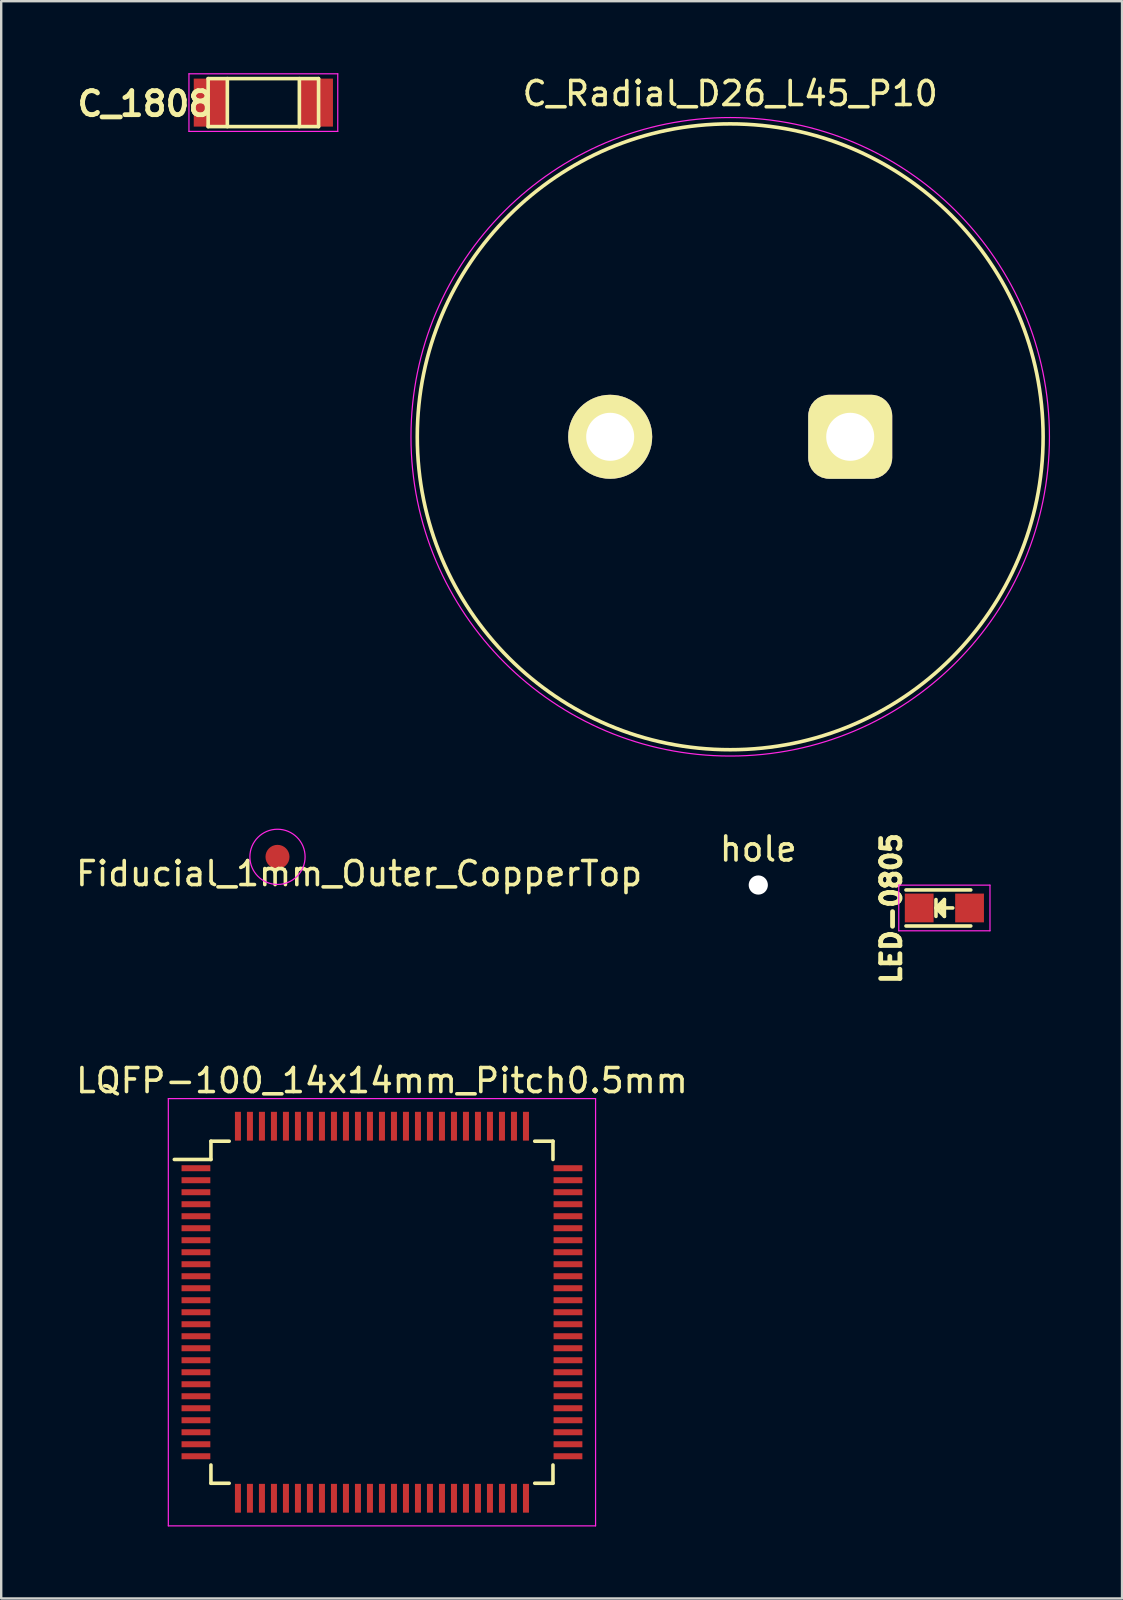
<source format=kicad_pcb>
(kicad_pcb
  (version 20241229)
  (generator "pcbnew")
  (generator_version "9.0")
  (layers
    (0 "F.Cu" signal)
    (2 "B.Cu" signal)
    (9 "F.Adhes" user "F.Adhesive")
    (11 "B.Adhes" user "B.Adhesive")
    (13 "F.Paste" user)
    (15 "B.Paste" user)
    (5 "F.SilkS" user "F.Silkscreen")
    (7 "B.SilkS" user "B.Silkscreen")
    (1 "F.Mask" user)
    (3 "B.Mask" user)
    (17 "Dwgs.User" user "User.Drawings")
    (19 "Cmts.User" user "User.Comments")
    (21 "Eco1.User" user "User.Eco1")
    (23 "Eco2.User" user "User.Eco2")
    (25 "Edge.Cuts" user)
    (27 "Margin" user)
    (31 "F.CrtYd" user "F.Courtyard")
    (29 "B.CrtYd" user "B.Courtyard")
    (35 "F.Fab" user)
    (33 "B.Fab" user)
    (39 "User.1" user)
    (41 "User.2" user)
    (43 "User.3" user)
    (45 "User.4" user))
  (footprint "C_1808"
    (layer "F.Cu")
    (at 7.922 1.225)
    (property "Reference" "C_1808" (at -4.936 0.05 0) (layer "F.SilkS") (effects (font (size 1 1) (thickness 0.2))))
    (attr smd)
    (fp_line (start -2.3 -1) (end -2.3 1) (stroke (width 0.15) (type solid)) (layer "F.SilkS"))
    (fp_line (start -2.3 1) (end 2.3 1) (stroke (width 0.15) (type solid)) (layer "F.SilkS"))
    (fp_line (start -1.5 -1) (end -1.5 1) (stroke (width 0.15) (type solid)) (layer "F.SilkS"))
    (fp_line (start 1.5 -1) (end 1.5 1) (stroke (width 0.15) (type solid)) (layer "F.SilkS"))
    (fp_line (start 2.3 -1) (end -2.3 -1) (stroke (width 0.15) (type solid)) (layer "F.SilkS"))
    (fp_line (start 2.3 1) (end 2.3 -1) (stroke (width 0.15) (type solid)) (layer "F.SilkS"))
    (fp_line (start -3.1 -1.2) (end -3.1 1.2) (stroke (width 0.05) (type solid)) (layer "F.CrtYd"))
    (fp_line (start -3.1 -1.2) (end 3.1 -1.2) (stroke (width 0.05) (type solid)) (layer "F.CrtYd"))
    (fp_line (start -3.1 1.2) (end 3.1 1.2) (stroke (width 0.05) (type solid)) (layer "F.CrtYd"))
    (fp_line (start 3.1 -1.2) (end 3.1 1.2) (stroke (width 0.05) (type solid)) (layer "F.CrtYd"))
    (pad "1" smd rect (at -2.2 0) (size 1.4 2) (layers "F.Cu" "F.Mask" "F.Paste"))
    (pad "2" smd rect (at 2.2 0) (size 1.4 2) (layers "F.Cu" "F.Mask" "F.Paste")))
  (footprint "LQFP-100_14x14mm_Pitch0.5mm"
    (layer "F.Cu")
    (at 12.863 51.621)
    (property "Reference" "LQFP-100_14x14mm_Pitch0.5mm" (at 0 -9.65 0) (layer "F.SilkS") (effects (font (size 1 1) (thickness 0.15))))
    (attr smd)
    (fp_line (start -7.125 -7.125) (end -7.125 -6.365) (stroke (width 0.15) (type solid)) (layer "F.SilkS"))
    (fp_line (start -7.125 -7.125) (end -6.365 -7.125) (stroke (width 0.15) (type solid)) (layer "F.SilkS"))
    (fp_line (start -7.125 -6.365) (end -8.65 -6.365) (stroke (width 0.15) (type solid)) (layer "F.SilkS"))
    (fp_line (start -7.125 7.125) (end -7.125 6.365) (stroke (width 0.15) (type solid)) (layer "F.SilkS"))
    (fp_line (start -7.125 7.125) (end -6.365 7.125) (stroke (width 0.15) (type solid)) (layer "F.SilkS"))
    (fp_line (start 7.125 -7.125) (end 6.365 -7.125) (stroke (width 0.15) (type solid)) (layer "F.SilkS"))
    (fp_line (start 7.125 -7.125) (end 7.125 -6.365) (stroke (width 0.15) (type solid)) (layer "F.SilkS"))
    (fp_line (start 7.125 7.125) (end 6.365 7.125) (stroke (width 0.15) (type solid)) (layer "F.SilkS"))
    (fp_line (start 7.125 7.125) (end 7.125 6.365) (stroke (width 0.15) (type solid)) (layer "F.SilkS"))
    (fp_line (start -8.9 -8.9) (end -8.9 8.9) (stroke (width 0.05) (type solid)) (layer "F.CrtYd"))
    (fp_line (start -8.9 -8.9) (end 8.9 -8.9) (stroke (width 0.05) (type solid)) (layer "F.CrtYd"))
    (fp_line (start -8.9 8.9) (end 8.9 8.9) (stroke (width 0.05) (type solid)) (layer "F.CrtYd"))
    (fp_line (start 8.9 -8.9) (end 8.9 8.9) (stroke (width 0.05) (type solid)) (layer "F.CrtYd"))
    (pad "1" smd rect (at -7.75 -6) (size 1.2 0.25) (layers "F.Cu" "F.Mask" "F.Paste"))
    (pad "2" smd rect (at -7.75 -5.5) (size 1.2 0.25) (layers "F.Cu" "F.Mask" "F.Paste"))
    (pad "3" smd rect (at -7.75 -5) (size 1.2 0.25) (layers "F.Cu" "F.Mask" "F.Paste"))
    (pad "4" smd rect (at -7.75 -4.5) (size 1.2 0.25) (layers "F.Cu" "F.Mask" "F.Paste"))
    (pad "5" smd rect (at -7.75 -4) (size 1.2 0.25) (layers "F.Cu" "F.Mask" "F.Paste"))
    (pad "6" smd rect (at -7.75 -3.5) (size 1.2 0.25) (layers "F.Cu" "F.Mask" "F.Paste"))
    (pad "7" smd rect (at -7.75 -3) (size 1.2 0.25) (layers "F.Cu" "F.Mask" "F.Paste"))
    (pad "8" smd rect (at -7.75 -2.5) (size 1.2 0.25) (layers "F.Cu" "F.Mask" "F.Paste"))
    (pad "9" smd rect (at -7.75 -2) (size 1.2 0.25) (layers "F.Cu" "F.Mask" "F.Paste"))
    (pad "10" smd rect (at -7.75 -1.5) (size 1.2 0.25) (layers "F.Cu" "F.Mask" "F.Paste"))
    (pad "11" smd rect (at -7.75 -1) (size 1.2 0.25) (layers "F.Cu" "F.Mask" "F.Paste"))
    (pad "12" smd rect (at -7.75 -0.5) (size 1.2 0.25) (layers "F.Cu" "F.Mask" "F.Paste"))
    (pad "13" smd rect (at -7.75 0) (size 1.2 0.25) (layers "F.Cu" "F.Mask" "F.Paste"))
    (pad "14" smd rect (at -7.75 0.5) (size 1.2 0.25) (layers "F.Cu" "F.Mask" "F.Paste"))
    (pad "15" smd rect (at -7.75 1) (size 1.2 0.25) (layers "F.Cu" "F.Mask" "F.Paste"))
    (pad "16" smd rect (at -7.75 1.5) (size 1.2 0.25) (layers "F.Cu" "F.Mask" "F.Paste"))
    (pad "17" smd rect (at -7.75 2) (size 1.2 0.25) (layers "F.Cu" "F.Mask" "F.Paste"))
    (pad "18" smd rect (at -7.75 2.5) (size 1.2 0.25) (layers "F.Cu" "F.Mask" "F.Paste"))
    (pad "19" smd rect (at -7.75 3) (size 1.2 0.25) (layers "F.Cu" "F.Mask" "F.Paste"))
    (pad "20" smd rect (at -7.75 3.5) (size 1.2 0.25) (layers "F.Cu" "F.Mask" "F.Paste"))
    (pad "21" smd rect (at -7.75 4) (size 1.2 0.25) (layers "F.Cu" "F.Mask" "F.Paste"))
    (pad "22" smd rect (at -7.75 4.5) (size 1.2 0.25) (layers "F.Cu" "F.Mask" "F.Paste"))
    (pad "23" smd rect (at -7.75 5) (size 1.2 0.25) (layers "F.Cu" "F.Mask" "F.Paste"))
    (pad "24" smd rect (at -7.75 5.5) (size 1.2 0.25) (layers "F.Cu" "F.Mask" "F.Paste"))
    (pad "25" smd rect (at -7.75 6) (size 1.2 0.25) (layers "F.Cu" "F.Mask" "F.Paste"))
    (pad "26" smd rect (at -6 7.75 90) (size 1.2 0.25) (layers "F.Cu" "F.Mask" "F.Paste"))
    (pad "27" smd rect (at -5.5 7.75 90) (size 1.2 0.25) (layers "F.Cu" "F.Mask" "F.Paste"))
    (pad "28" smd rect (at -5 7.75 90) (size 1.2 0.25) (layers "F.Cu" "F.Mask" "F.Paste"))
    (pad "29" smd rect (at -4.5 7.75 90) (size 1.2 0.25) (layers "F.Cu" "F.Mask" "F.Paste"))
    (pad "30" smd rect (at -4 7.75 90) (size 1.2 0.25) (layers "F.Cu" "F.Mask" "F.Paste"))
    (pad "31" smd rect (at -3.5 7.75 90) (size 1.2 0.25) (layers "F.Cu" "F.Mask" "F.Paste"))
    (pad "32" smd rect (at -3 7.75 90) (size 1.2 0.25) (layers "F.Cu" "F.Mask" "F.Paste"))
    (pad "33" smd rect (at -2.5 7.75 90) (size 1.2 0.25) (layers "F.Cu" "F.Mask" "F.Paste"))
    (pad "34" smd rect (at -2 7.75 90) (size 1.2 0.25) (layers "F.Cu" "F.Mask" "F.Paste"))
    (pad "35" smd rect (at -1.5 7.75 90) (size 1.2 0.25) (layers "F.Cu" "F.Mask" "F.Paste"))
    (pad "36" smd rect (at -1 7.75 90) (size 1.2 0.25) (layers "F.Cu" "F.Mask" "F.Paste"))
    (pad "37" smd rect (at -0.5 7.75 90) (size 1.2 0.25) (layers "F.Cu" "F.Mask" "F.Paste"))
    (pad "38" smd rect (at 0 7.75 90) (size 1.2 0.25) (layers "F.Cu" "F.Mask" "F.Paste"))
    (pad "39" smd rect (at 0.5 7.75 90) (size 1.2 0.25) (layers "F.Cu" "F.Mask" "F.Paste"))
    (pad "40" smd rect (at 1 7.75 90) (size 1.2 0.25) (layers "F.Cu" "F.Mask" "F.Paste"))
    (pad "41" smd rect (at 1.5 7.75 90) (size 1.2 0.25) (layers "F.Cu" "F.Mask" "F.Paste"))
    (pad "42" smd rect (at 2 7.75 90) (size 1.2 0.25) (layers "F.Cu" "F.Mask" "F.Paste"))
    (pad "43" smd rect (at 2.5 7.75 90) (size 1.2 0.25) (layers "F.Cu" "F.Mask" "F.Paste"))
    (pad "44" smd rect (at 3 7.75 90) (size 1.2 0.25) (layers "F.Cu" "F.Mask" "F.Paste"))
    (pad "45" smd rect (at 3.5 7.75 90) (size 1.2 0.25) (layers "F.Cu" "F.Mask" "F.Paste"))
    (pad "46" smd rect (at 4 7.75 90) (size 1.2 0.25) (layers "F.Cu" "F.Mask" "F.Paste"))
    (pad "47" smd rect (at 4.5 7.75 90) (size 1.2 0.25) (layers "F.Cu" "F.Mask" "F.Paste"))
    (pad "48" smd rect (at 5 7.75 90) (size 1.2 0.25) (layers "F.Cu" "F.Mask" "F.Paste"))
    (pad "49" smd rect (at 5.5 7.75 90) (size 1.2 0.25) (layers "F.Cu" "F.Mask" "F.Paste"))
    (pad "50" smd rect (at 6 7.75 90) (size 1.2 0.25) (layers "F.Cu" "F.Mask" "F.Paste"))
    (pad "51" smd rect (at 7.75 6 180) (size 1.2 0.25) (layers "F.Cu" "F.Mask" "F.Paste"))
    (pad "52" smd rect (at 7.75 5.5 180) (size 1.2 0.25) (layers "F.Cu" "F.Mask" "F.Paste"))
    (pad "53" smd rect (at 7.75 5 180) (size 1.2 0.25) (layers "F.Cu" "F.Mask" "F.Paste"))
    (pad "54" smd rect (at 7.75 4.5 180) (size 1.2 0.25) (layers "F.Cu" "F.Mask" "F.Paste"))
    (pad "55" smd rect (at 7.75 4 180) (size 1.2 0.25) (layers "F.Cu" "F.Mask" "F.Paste"))
    (pad "56" smd rect (at 7.75 3.5 180) (size 1.2 0.25) (layers "F.Cu" "F.Mask" "F.Paste"))
    (pad "57" smd rect (at 7.75 3 180) (size 1.2 0.25) (layers "F.Cu" "F.Mask" "F.Paste"))
    (pad "58" smd rect (at 7.75 2.5 180) (size 1.2 0.25) (layers "F.Cu" "F.Mask" "F.Paste"))
    (pad "59" smd rect (at 7.75 2 180) (size 1.2 0.25) (layers "F.Cu" "F.Mask" "F.Paste"))
    (pad "60" smd rect (at 7.75 1.5 180) (size 1.2 0.25) (layers "F.Cu" "F.Mask" "F.Paste"))
    (pad "61" smd rect (at 7.75 1 180) (size 1.2 0.25) (layers "F.Cu" "F.Mask" "F.Paste"))
    (pad "62" smd rect (at 7.75 0.5 180) (size 1.2 0.25) (layers "F.Cu" "F.Mask" "F.Paste"))
    (pad "63" smd rect (at 7.75 0 180) (size 1.2 0.25) (layers "F.Cu" "F.Mask" "F.Paste"))
    (pad "64" smd rect (at 7.75 -0.5 180) (size 1.2 0.25) (layers "F.Cu" "F.Mask" "F.Paste"))
    (pad "65" smd rect (at 7.75 -1 180) (size 1.2 0.25) (layers "F.Cu" "F.Mask" "F.Paste"))
    (pad "66" smd rect (at 7.75 -1.5 180) (size 1.2 0.25) (layers "F.Cu" "F.Mask" "F.Paste"))
    (pad "67" smd rect (at 7.75 -2 180) (size 1.2 0.25) (layers "F.Cu" "F.Mask" "F.Paste"))
    (pad "68" smd rect (at 7.75 -2.5 180) (size 1.2 0.25) (layers "F.Cu" "F.Mask" "F.Paste"))
    (pad "69" smd rect (at 7.75 -3 180) (size 1.2 0.25) (layers "F.Cu" "F.Mask" "F.Paste"))
    (pad "70" smd rect (at 7.75 -3.5 180) (size 1.2 0.25) (layers "F.Cu" "F.Mask" "F.Paste"))
    (pad "71" smd rect (at 7.75 -4 180) (size 1.2 0.25) (layers "F.Cu" "F.Mask" "F.Paste"))
    (pad "72" smd rect (at 7.75 -4.5 180) (size 1.2 0.25) (layers "F.Cu" "F.Mask" "F.Paste"))
    (pad "73" smd rect (at 7.75 -5 180) (size 1.2 0.25) (layers "F.Cu" "F.Mask" "F.Paste"))
    (pad "74" smd rect (at 7.75 -5.5 180) (size 1.2 0.25) (layers "F.Cu" "F.Mask" "F.Paste"))
    (pad "75" smd rect (at 7.75 -6 180) (size 1.2 0.25) (layers "F.Cu" "F.Mask" "F.Paste"))
    (pad "76" smd rect (at 6 -7.75 270) (size 1.2 0.25) (layers "F.Cu" "F.Mask" "F.Paste"))
    (pad "77" smd rect (at 5.5 -7.75 270) (size 1.2 0.25) (layers "F.Cu" "F.Mask" "F.Paste"))
    (pad "78" smd rect (at 5 -7.75 270) (size 1.2 0.25) (layers "F.Cu" "F.Mask" "F.Paste"))
    (pad "79" smd rect (at 4.5 -7.75 270) (size 1.2 0.25) (layers "F.Cu" "F.Mask" "F.Paste"))
    (pad "80" smd rect (at 4 -7.75 270) (size 1.2 0.25) (layers "F.Cu" "F.Mask" "F.Paste"))
    (pad "81" smd rect (at 3.5 -7.75 270) (size 1.2 0.25) (layers "F.Cu" "F.Mask" "F.Paste"))
    (pad "82" smd rect (at 3 -7.75 270) (size 1.2 0.25) (layers "F.Cu" "F.Mask" "F.Paste"))
    (pad "83" smd rect (at 2.5 -7.75 270) (size 1.2 0.25) (layers "F.Cu" "F.Mask" "F.Paste"))
    (pad "84" smd rect (at 2 -7.75 270) (size 1.2 0.25) (layers "F.Cu" "F.Mask" "F.Paste"))
    (pad "85" smd rect (at 1.5 -7.75 270) (size 1.2 0.25) (layers "F.Cu" "F.Mask" "F.Paste"))
    (pad "86" smd rect (at 1 -7.75 270) (size 1.2 0.25) (layers "F.Cu" "F.Mask" "F.Paste"))
    (pad "87" smd rect (at 0.5 -7.75 270) (size 1.2 0.25) (layers "F.Cu" "F.Mask" "F.Paste"))
    (pad "88" smd rect (at 0 -7.75 270) (size 1.2 0.25) (layers "F.Cu" "F.Mask" "F.Paste"))
    (pad "89" smd rect (at -0.5 -7.75 270) (size 1.2 0.25) (layers "F.Cu" "F.Mask" "F.Paste"))
    (pad "90" smd rect (at -1 -7.75 270) (size 1.2 0.25) (layers "F.Cu" "F.Mask" "F.Paste"))
    (pad "91" smd rect (at -1.5 -7.75 270) (size 1.2 0.25) (layers "F.Cu" "F.Mask" "F.Paste"))
    (pad "92" smd rect (at -2 -7.75 270) (size 1.2 0.25) (layers "F.Cu" "F.Mask" "F.Paste"))
    (pad "93" smd rect (at -2.5 -7.75 270) (size 1.2 0.25) (layers "F.Cu" "F.Mask" "F.Paste"))
    (pad "94" smd rect (at -3 -7.75 270) (size 1.2 0.25) (layers "F.Cu" "F.Mask" "F.Paste"))
    (pad "95" smd rect (at -3.5 -7.75 270) (size 1.2 0.25) (layers "F.Cu" "F.Mask" "F.Paste"))
    (pad "96" smd rect (at -4 -7.75 270) (size 1.2 0.25) (layers "F.Cu" "F.Mask" "F.Paste"))
    (pad "97" smd rect (at -4.5 -7.75 270) (size 1.2 0.25) (layers "F.Cu" "F.Mask" "F.Paste"))
    (pad "98" smd rect (at -5 -7.75 270) (size 1.2 0.25) (layers "F.Cu" "F.Mask" "F.Paste"))
    (pad "99" smd rect (at -5.5 -7.75 270) (size 1.2 0.25) (layers "F.Cu" "F.Mask" "F.Paste"))
    (pad "100" smd rect (at -6 -7.75 270) (size 1.2 0.25) (layers "F.Cu" "F.Mask" "F.Paste")))
  (footprint "Fiducial_1mm_Outer_CopperTop"
    (layer "F.Cu")
    (at 8.511 32.648)
    (property "Reference" "Fiducial_1mm_Outer_CopperTop" (at 3.4 0.7 0) (layer "F.SilkS") (effects (font (size 1 1) (thickness 0.15))))
    (attr exclude_from_pos_files exclude_from_bom)
    (fp_circle (center 0 0) (end 1.15 0) (stroke (width 0.05) (type solid)) (fill no) (layer "F.CrtYd"))
    (pad "~" smd circle (at 0 0) (size 1 1) (layers "F.Cu" "F.Mask")))
  (footprint "C_Radial_D26_L45_P10"
    (layer "F.Cu")
    (at 27.372 15.148)
    (property "Reference" "C_Radial_D26_L45_P10" (at 0 -14.3 0) (layer "F.SilkS") (effects (font (size 1 1) (thickness 0.15))))
    (attr through_hole)
    (fp_circle (center 0 0) (end 0 -13.037) (stroke (width 0.15) (type solid)) (fill no) (layer "F.SilkS"))
    (fp_circle (center 0 0) (end 0 -13.3) (stroke (width 0.05) (type solid)) (fill no) (layer "F.CrtYd"))
    (pad "1" thru_hole circle (at -5 0) (size 3.5 3.5) (drill 2) (layers "*.Cu" "*.Mask" "F.SilkS"))
    (pad "2" thru_hole roundrect (at 5 0) (size 3.5 3.5) (drill 2) (layers "*.Cu" "*.Mask" "F.SilkS") (roundrect_rratio 0.25)))
  (footprint "hole"
    (layer "F.Cu")
    (at 28.542 33.822)
    (property "Reference" "hole" (at 0 -1.5 0) (layer "F.SilkS") (effects (font (size 1 1) (thickness 0.15))))
    (attr through_hole)
    (pad "" np_thru_hole circle (at 0 0) (size 0.8 0.8) (drill 0.8) (layers "*.Cu" "*.Mask")))
  (footprint "LED-0805"
    (layer "F.Cu")
    (at 36.295 34.778)
    (property "Reference" "LED-0805" (at -2.214 0.02 90) (layer "F.SilkS") (effects (font (size 0.8 0.8) (thickness 0.2))))
    (attr smd)
    (fp_line (start -1.6 -0.75) (end 1.1 -0.75) (stroke (width 0.15) (type solid)) (layer "F.SilkS"))
    (fp_line (start -1.6 0.75) (end 1.1 0.75) (stroke (width 0.15) (type solid)) (layer "F.SilkS"))
    (fp_line (start -0.35 -0.35) (end -0.35 0.35) (stroke (width 0.15) (type solid)) (layer "F.SilkS"))
    (fp_line (start -0.35 0) (end 0 -0.35) (stroke (width 0.15) (type solid)) (layer "F.SilkS"))
    (fp_line (start -0.1 -0.1) (end -0.25 0.05) (stroke (width 0.15) (type solid)) (layer "F.SilkS"))
    (fp_line (start -0.1 0.15) (end -0.1 -0.1) (stroke (width 0.15) (type solid)) (layer "F.SilkS"))
    (fp_line (start 0 -0.35) (end 0 0.35) (stroke (width 0.15) (type solid)) (layer "F.SilkS"))
    (fp_line (start 0 0) (end 0.35 0) (stroke (width 0.15) (type solid)) (layer "F.SilkS"))
    (fp_line (start 0 0.35) (end -0.35 0) (stroke (width 0.15) (type solid)) (layer "F.SilkS"))
    (fp_line (start -1.9 -0.95) (end 1.9 -0.95) (stroke (width 0.05) (type solid)) (layer "F.CrtYd"))
    (fp_line (start -1.9 0.95) (end -1.9 -0.95) (stroke (width 0.05) (type solid)) (layer "F.CrtYd"))
    (fp_line (start 1.9 -0.95) (end 1.9 0.95) (stroke (width 0.05) (type solid)) (layer "F.CrtYd"))
    (fp_line (start 1.9 0.95) (end -1.9 0.95) (stroke (width 0.05) (type solid)) (layer "F.CrtYd"))
    (pad "1" smd rect (at -1.049 0 180) (size 1.199 1.199) (layers "F.Cu" "F.Mask" "F.Paste"))
    (pad "2" smd rect (at 1.049 0 180) (size 1.199 1.199) (layers "F.Cu" "F.Mask" "F.Paste")))
  (gr_rect
    (start -3 -3)
    (end 43.697 63.546)
    (stroke (width 0.1) (type default))
    (fill no)
    (layer "Edge.Cuts")))
</source>
